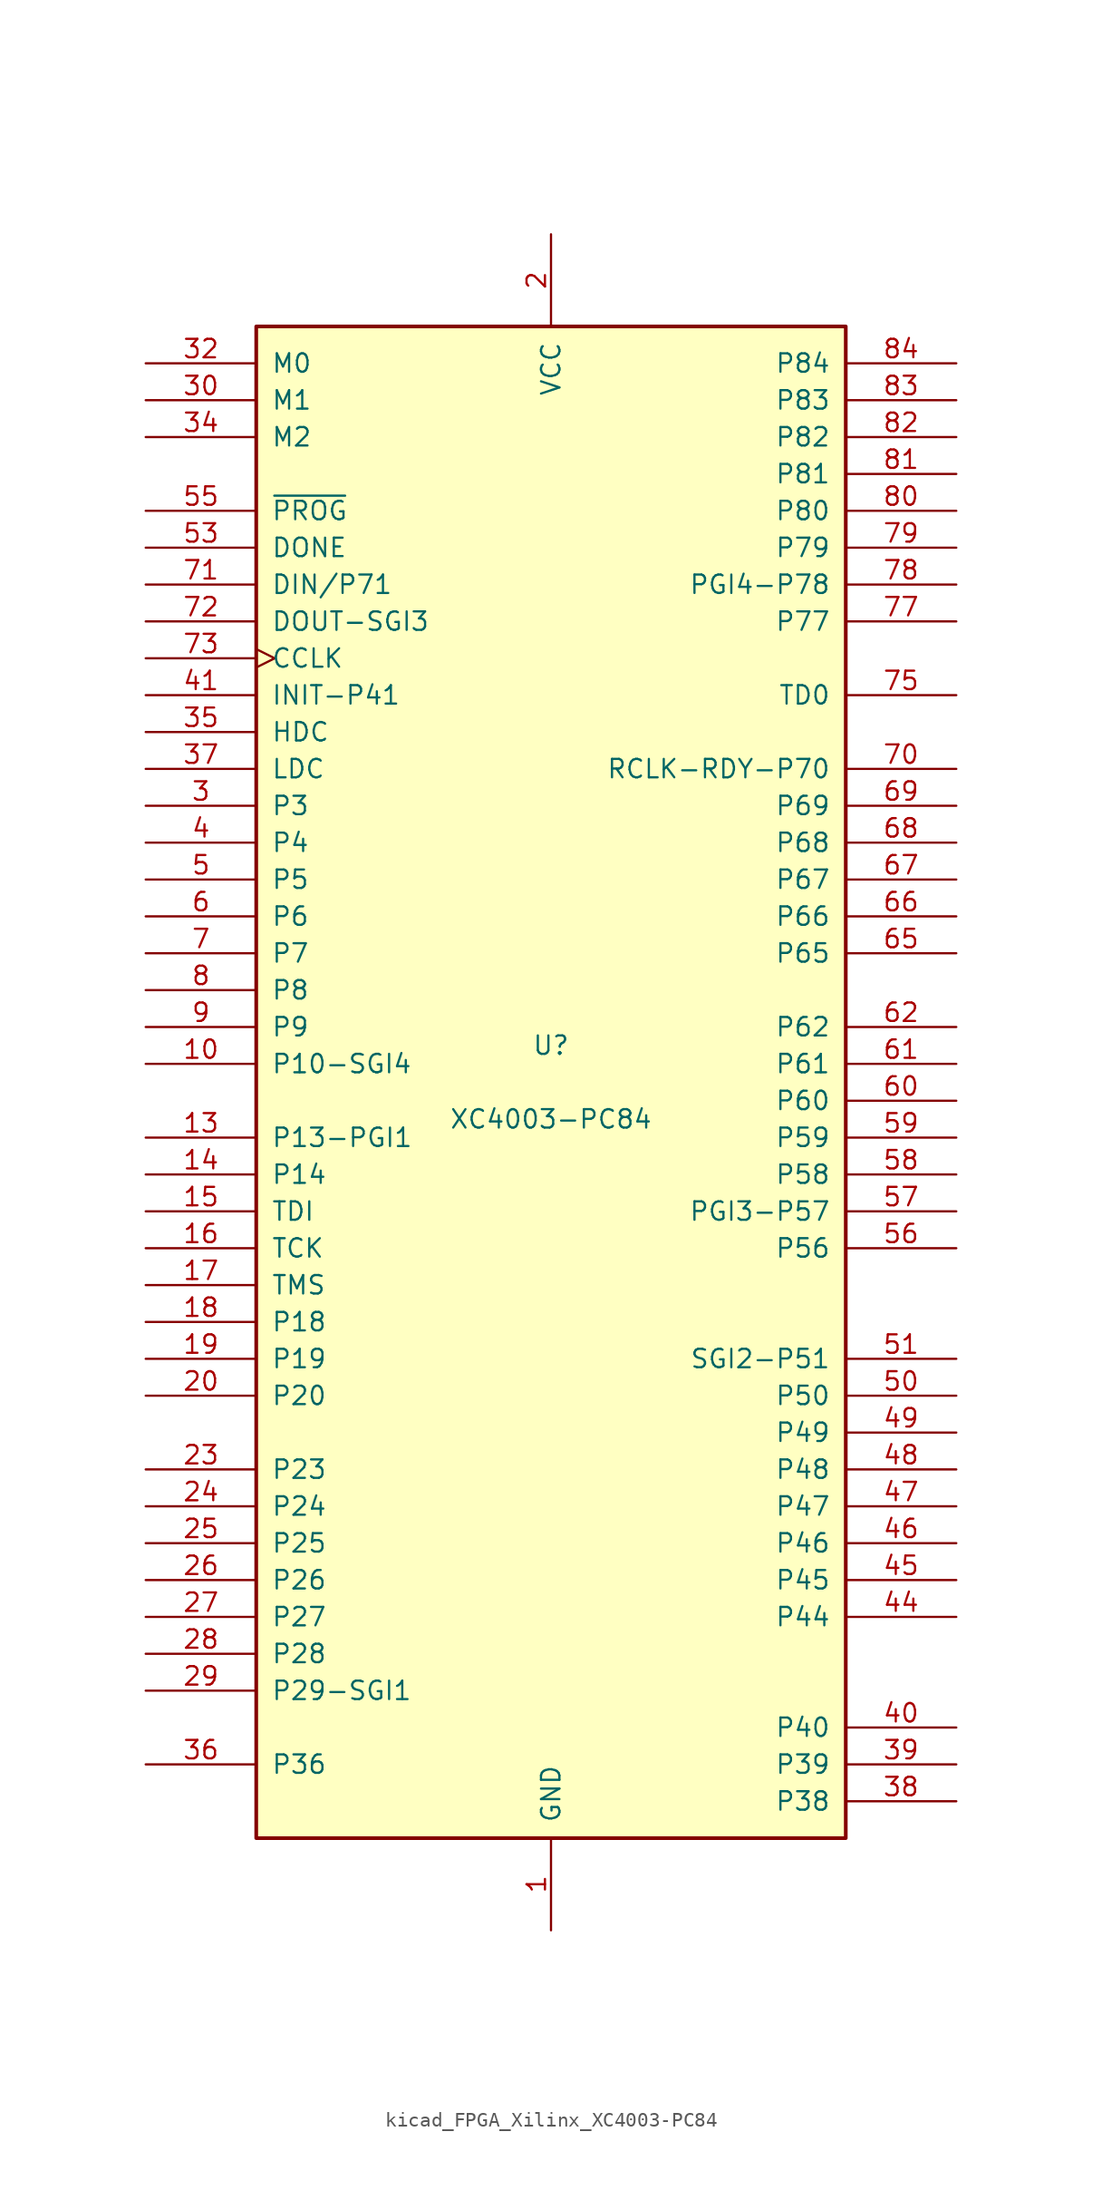
<source format=kicad_sym>
(kicad_symbol_lib
  (version 20220914)
  (generator kicad_symbol_editor)
  (symbol "kicad_FPGA_Xilinx_XC4003-PC84"
    (pin_names
      (offset 1.016))
    (property "Reference" "U"
      (at 0 2.54 0)
      (effects (font (size 1.27 1.27))))
    (property "Value" "XC4003-PC84"
      (at 0 -2.54 0)
      (effects (font (size 1.27 1.27))))
    (symbol "kicad_FPGA_Xilinx_XC4003-PC84_0_1"
      (rectangle (start -20.32 -52.07) (end 20.32 52.07) (stroke (width 0.254) (type default)) (fill (type background))))
    (symbol "kicad_FPGA_Xilinx_XC4003-PC84_1_1"
      (pin power_in line (at 0 -58.42 90) (length 6.35) (name "GND" (effects (font (size 1.27 1.27)))) (number "1" (effects (font (size 1.27 1.27)))))
      (pin passive line (at -27.94 1.27 0) (length 7.62) (name "P10-SGI4" (effects (font (size 1.27 1.27)))) (number "10" (effects (font (size 1.27 1.27)))))
      (pin passive line (at 0 58.42 270) (length 6.35) hide (name "VCC" (effects (font (size 1.27 1.27)))) (number "11" (effects (font (size 1.27 1.27)))))
      (pin passive line (at 0 -58.42 90) (length 6.35) hide (name "GND" (effects (font (size 1.27 1.27)))) (number "12" (effects (font (size 1.27 1.27)))))
      (pin passive line (at -27.94 -3.81 0) (length 7.62) (name "P13-PGI1" (effects (font (size 1.27 1.27)))) (number "13" (effects (font (size 1.27 1.27)))))
      (pin passive line (at -27.94 -6.35 0) (length 7.62) (name "P14" (effects (font (size 1.27 1.27)))) (number "14" (effects (font (size 1.27 1.27)))))
      (pin passive line (at -27.94 -8.89 0) (length 7.62) (name "TDI" (effects (font (size 1.27 1.27)))) (number "15" (effects (font (size 1.27 1.27)))))
      (pin passive line (at -27.94 -11.43 0) (length 7.62) (name "TCK" (effects (font (size 1.27 1.27)))) (number "16" (effects (font (size 1.27 1.27)))))
      (pin passive line (at -27.94 -13.97 0) (length 7.62) (name "TMS" (effects (font (size 1.27 1.27)))) (number "17" (effects (font (size 1.27 1.27)))))
      (pin passive line (at -27.94 -16.51 0) (length 7.62) (name "P18" (effects (font (size 1.27 1.27)))) (number "18" (effects (font (size 1.27 1.27)))))
      (pin passive line (at -27.94 -19.05 0) (length 7.62) (name "P19" (effects (font (size 1.27 1.27)))) (number "19" (effects (font (size 1.27 1.27)))))
      (pin power_in line (at 0 58.42 270) (length 6.35) (name "VCC" (effects (font (size 1.27 1.27)))) (number "2" (effects (font (size 1.27 1.27)))))
      (pin passive line (at -27.94 -21.59 0) (length 7.62) (name "P20" (effects (font (size 1.27 1.27)))) (number "20" (effects (font (size 1.27 1.27)))))
      (pin passive line (at 0 -58.42 90) (length 6.35) hide (name "GND" (effects (font (size 1.27 1.27)))) (number "21" (effects (font (size 1.27 1.27)))))
      (pin passive line (at -27.94 -26.67 0) (length 7.62) (name "P23" (effects (font (size 1.27 1.27)))) (number "23" (effects (font (size 1.27 1.27)))))
      (pin passive line (at -27.94 -29.21 0) (length 7.62) (name "P24" (effects (font (size 1.27 1.27)))) (number "24" (effects (font (size 1.27 1.27)))))
      (pin passive line (at -27.94 -31.75 0) (length 7.62) (name "P25" (effects (font (size 1.27 1.27)))) (number "25" (effects (font (size 1.27 1.27)))))
      (pin passive line (at -27.94 -34.29 0) (length 7.62) (name "P26" (effects (font (size 1.27 1.27)))) (number "26" (effects (font (size 1.27 1.27)))))
      (pin passive line (at -27.94 -36.83 0) (length 7.62) (name "P27" (effects (font (size 1.27 1.27)))) (number "27" (effects (font (size 1.27 1.27)))))
      (pin passive line (at -27.94 -39.37 0) (length 7.62) (name "P28" (effects (font (size 1.27 1.27)))) (number "28" (effects (font (size 1.27 1.27)))))
      (pin passive line (at -27.94 -41.91 0) (length 7.62) (name "P29-SGI1" (effects (font (size 1.27 1.27)))) (number "29" (effects (font (size 1.27 1.27)))))
      (pin passive line (at -27.94 19.05 0) (length 7.62) (name "P3" (effects (font (size 1.27 1.27)))) (number "3" (effects (font (size 1.27 1.27)))))
      (pin input line (at -27.94 46.99 0) (length 7.62) (name "M1" (effects (font (size 1.27 1.27)))) (number "30" (effects (font (size 1.27 1.27)))))
      (pin passive line (at 0 -58.42 90) (length 6.35) hide (name "GND" (effects (font (size 1.27 1.27)))) (number "31" (effects (font (size 1.27 1.27)))))
      (pin input line (at -27.94 49.53 0) (length 7.62) (name "M0" (effects (font (size 1.27 1.27)))) (number "32" (effects (font (size 1.27 1.27)))))
      (pin passive line (at 0 58.42 270) (length 6.35) hide (name "VCC" (effects (font (size 1.27 1.27)))) (number "33" (effects (font (size 1.27 1.27)))))
      (pin input line (at -27.94 44.45 0) (length 7.62) (name "M2" (effects (font (size 1.27 1.27)))) (number "34" (effects (font (size 1.27 1.27)))))
      (pin passive line (at -27.94 24.13 0) (length 7.62) (name "HDC" (effects (font (size 1.27 1.27)))) (number "35" (effects (font (size 1.27 1.27)))))
      (pin bidirectional line (at -27.94 -46.99 0) (length 7.62) (name "P36" (effects (font (size 1.27 1.27)))) (number "36" (effects (font (size 1.27 1.27)))))
      (pin passive line (at -27.94 21.59 0) (length 7.62) (name "LDC" (effects (font (size 1.27 1.27)))) (number "37" (effects (font (size 1.27 1.27)))))
      (pin passive line (at 27.94 -49.53 180) (length 7.62) (name "P38" (effects (font (size 1.27 1.27)))) (number "38" (effects (font (size 1.27 1.27)))))
      (pin passive line (at 27.94 -46.99 180) (length 7.62) (name "P39" (effects (font (size 1.27 1.27)))) (number "39" (effects (font (size 1.27 1.27)))))
      (pin passive line (at -27.94 16.51 0) (length 7.62) (name "P4" (effects (font (size 1.27 1.27)))) (number "4" (effects (font (size 1.27 1.27)))))
      (pin passive line (at 27.94 -44.45 180) (length 7.62) (name "P40" (effects (font (size 1.27 1.27)))) (number "40" (effects (font (size 1.27 1.27)))))
      (pin bidirectional line (at -27.94 26.67 0) (length 7.62) (name "INIT-P41" (effects (font (size 1.27 1.27)))) (number "41" (effects (font (size 1.27 1.27)))))
      (pin passive line (at 0 58.42 270) (length 6.35) hide (name "VCC" (effects (font (size 1.27 1.27)))) (number "42" (effects (font (size 1.27 1.27)))))
      (pin passive line (at 0 -58.42 90) (length 6.35) hide (name "GND" (effects (font (size 1.27 1.27)))) (number "43" (effects (font (size 1.27 1.27)))))
      (pin passive line (at 27.94 -36.83 180) (length 7.62) (name "P44" (effects (font (size 1.27 1.27)))) (number "44" (effects (font (size 1.27 1.27)))))
      (pin passive line (at 27.94 -34.29 180) (length 7.62) (name "P45" (effects (font (size 1.27 1.27)))) (number "45" (effects (font (size 1.27 1.27)))))
      (pin passive line (at 27.94 -31.75 180) (length 7.62) (name "P46" (effects (font (size 1.27 1.27)))) (number "46" (effects (font (size 1.27 1.27)))))
      (pin passive line (at 27.94 -29.21 180) (length 7.62) (name "P47" (effects (font (size 1.27 1.27)))) (number "47" (effects (font (size 1.27 1.27)))))
      (pin passive line (at 27.94 -26.67 180) (length 7.62) (name "P48" (effects (font (size 1.27 1.27)))) (number "48" (effects (font (size 1.27 1.27)))))
      (pin passive line (at 27.94 -24.13 180) (length 7.62) (name "P49" (effects (font (size 1.27 1.27)))) (number "49" (effects (font (size 1.27 1.27)))))
      (pin passive line (at -27.94 13.97 0) (length 7.62) (name "P5" (effects (font (size 1.27 1.27)))) (number "5" (effects (font (size 1.27 1.27)))))
      (pin passive line (at 27.94 -21.59 180) (length 7.62) (name "P50" (effects (font (size 1.27 1.27)))) (number "50" (effects (font (size 1.27 1.27)))))
      (pin passive line (at 27.94 -19.05 180) (length 7.62) (name "SGI2-P51" (effects (font (size 1.27 1.27)))) (number "51" (effects (font (size 1.27 1.27)))))
      (pin passive line (at 0 -58.42 90) (length 6.35) hide (name "GND" (effects (font (size 1.27 1.27)))) (number "52" (effects (font (size 1.27 1.27)))))
      (pin bidirectional line (at -27.94 36.83 0) (length 7.62) (name "DONE" (effects (font (size 1.27 1.27)))) (number "53" (effects (font (size 1.27 1.27)))))
      (pin passive line (at 0 58.42 270) (length 6.35) hide (name "VCC" (effects (font (size 1.27 1.27)))) (number "54" (effects (font (size 1.27 1.27)))))
      (pin input line (at -27.94 39.37 0) (length 7.62) (name "~{PROG}" (effects (font (size 1.27 1.27)))) (number "55" (effects (font (size 1.27 1.27)))))
      (pin passive line (at 27.94 -11.43 180) (length 7.62) (name "P56" (effects (font (size 1.27 1.27)))) (number "56" (effects (font (size 1.27 1.27)))))
      (pin passive line (at 27.94 -8.89 180) (length 7.62) (name "PGI3-P57" (effects (font (size 1.27 1.27)))) (number "57" (effects (font (size 1.27 1.27)))))
      (pin passive line (at 27.94 -6.35 180) (length 7.62) (name "P58" (effects (font (size 1.27 1.27)))) (number "58" (effects (font (size 1.27 1.27)))))
      (pin passive line (at 27.94 -3.81 180) (length 7.62) (name "P59" (effects (font (size 1.27 1.27)))) (number "59" (effects (font (size 1.27 1.27)))))
      (pin passive line (at -27.94 11.43 0) (length 7.62) (name "P6" (effects (font (size 1.27 1.27)))) (number "6" (effects (font (size 1.27 1.27)))))
      (pin passive line (at 27.94 -1.27 180) (length 7.62) (name "P60" (effects (font (size 1.27 1.27)))) (number "60" (effects (font (size 1.27 1.27)))))
      (pin passive line (at 27.94 1.27 180) (length 7.62) (name "P61" (effects (font (size 1.27 1.27)))) (number "61" (effects (font (size 1.27 1.27)))))
      (pin passive line (at 27.94 3.81 180) (length 7.62) (name "P62" (effects (font (size 1.27 1.27)))) (number "62" (effects (font (size 1.27 1.27)))))
      (pin passive line (at 0 -58.42 90) (length 6.35) hide (name "GND" (effects (font (size 1.27 1.27)))) (number "64" (effects (font (size 1.27 1.27)))))
      (pin passive line (at 27.94 8.89 180) (length 7.62) (name "P65" (effects (font (size 1.27 1.27)))) (number "65" (effects (font (size 1.27 1.27)))))
      (pin passive line (at 27.94 11.43 180) (length 7.62) (name "P66" (effects (font (size 1.27 1.27)))) (number "66" (effects (font (size 1.27 1.27)))))
      (pin passive line (at 27.94 13.97 180) (length 7.62) (name "P67" (effects (font (size 1.27 1.27)))) (number "67" (effects (font (size 1.27 1.27)))))
      (pin passive line (at 27.94 16.51 180) (length 7.62) (name "P68" (effects (font (size 1.27 1.27)))) (number "68" (effects (font (size 1.27 1.27)))))
      (pin passive line (at 27.94 19.05 180) (length 7.62) (name "P69" (effects (font (size 1.27 1.27)))) (number "69" (effects (font (size 1.27 1.27)))))
      (pin passive line (at -27.94 8.89 0) (length 7.62) (name "P7" (effects (font (size 1.27 1.27)))) (number "7" (effects (font (size 1.27 1.27)))))
      (pin passive line (at 27.94 21.59 180) (length 7.62) (name "RCLK-RDY-P70" (effects (font (size 1.27 1.27)))) (number "70" (effects (font (size 1.27 1.27)))))
      (pin input line (at -27.94 34.29 0) (length 7.62) (name "DIN/P71" (effects (font (size 1.27 1.27)))) (number "71" (effects (font (size 1.27 1.27)))))
      (pin passive line (at -27.94 31.75 0) (length 7.62) (name "DOUT-SGI3" (effects (font (size 1.27 1.27)))) (number "72" (effects (font (size 1.27 1.27)))))
      (pin passive clock (at -27.94 29.21 0) (length 7.62) (name "CCLK" (effects (font (size 1.27 1.27)))) (number "73" (effects (font (size 1.27 1.27)))))
      (pin passive line (at 0 58.42 270) (length 6.35) hide (name "VCC" (effects (font (size 1.27 1.27)))) (number "74" (effects (font (size 1.27 1.27)))))
      (pin passive line (at 27.94 26.67 180) (length 7.62) (name "TD0" (effects (font (size 1.27 1.27)))) (number "75" (effects (font (size 1.27 1.27)))))
      (pin passive line (at 0 -58.42 90) (length 6.35) hide (name "GND" (effects (font (size 1.27 1.27)))) (number "76" (effects (font (size 1.27 1.27)))))
      (pin passive line (at 27.94 31.75 180) (length 7.62) (name "P77" (effects (font (size 1.27 1.27)))) (number "77" (effects (font (size 1.27 1.27)))))
      (pin passive line (at 27.94 34.29 180) (length 7.62) (name "PGI4-P78" (effects (font (size 1.27 1.27)))) (number "78" (effects (font (size 1.27 1.27)))))
      (pin passive line (at 27.94 36.83 180) (length 7.62) (name "P79" (effects (font (size 1.27 1.27)))) (number "79" (effects (font (size 1.27 1.27)))))
      (pin passive line (at -27.94 6.35 0) (length 7.62) (name "P8" (effects (font (size 1.27 1.27)))) (number "8" (effects (font (size 1.27 1.27)))))
      (pin passive line (at 27.94 39.37 180) (length 7.62) (name "P80" (effects (font (size 1.27 1.27)))) (number "80" (effects (font (size 1.27 1.27)))))
      (pin passive line (at 27.94 41.91 180) (length 7.62) (name "P81" (effects (font (size 1.27 1.27)))) (number "81" (effects (font (size 1.27 1.27)))))
      (pin passive line (at 27.94 44.45 180) (length 7.62) (name "P82" (effects (font (size 1.27 1.27)))) (number "82" (effects (font (size 1.27 1.27)))))
      (pin passive line (at 27.94 46.99 180) (length 7.62) (name "P83" (effects (font (size 1.27 1.27)))) (number "83" (effects (font (size 1.27 1.27)))))
      (pin passive line (at 27.94 49.53 180) (length 7.62) (name "P84" (effects (font (size 1.27 1.27)))) (number "84" (effects (font (size 1.27 1.27)))))
      (pin passive line (at -27.94 3.81 0) (length 7.62) (name "P9" (effects (font (size 1.27 1.27)))) (number "9" (effects (font (size 1.27 1.27))))))))
</source>
